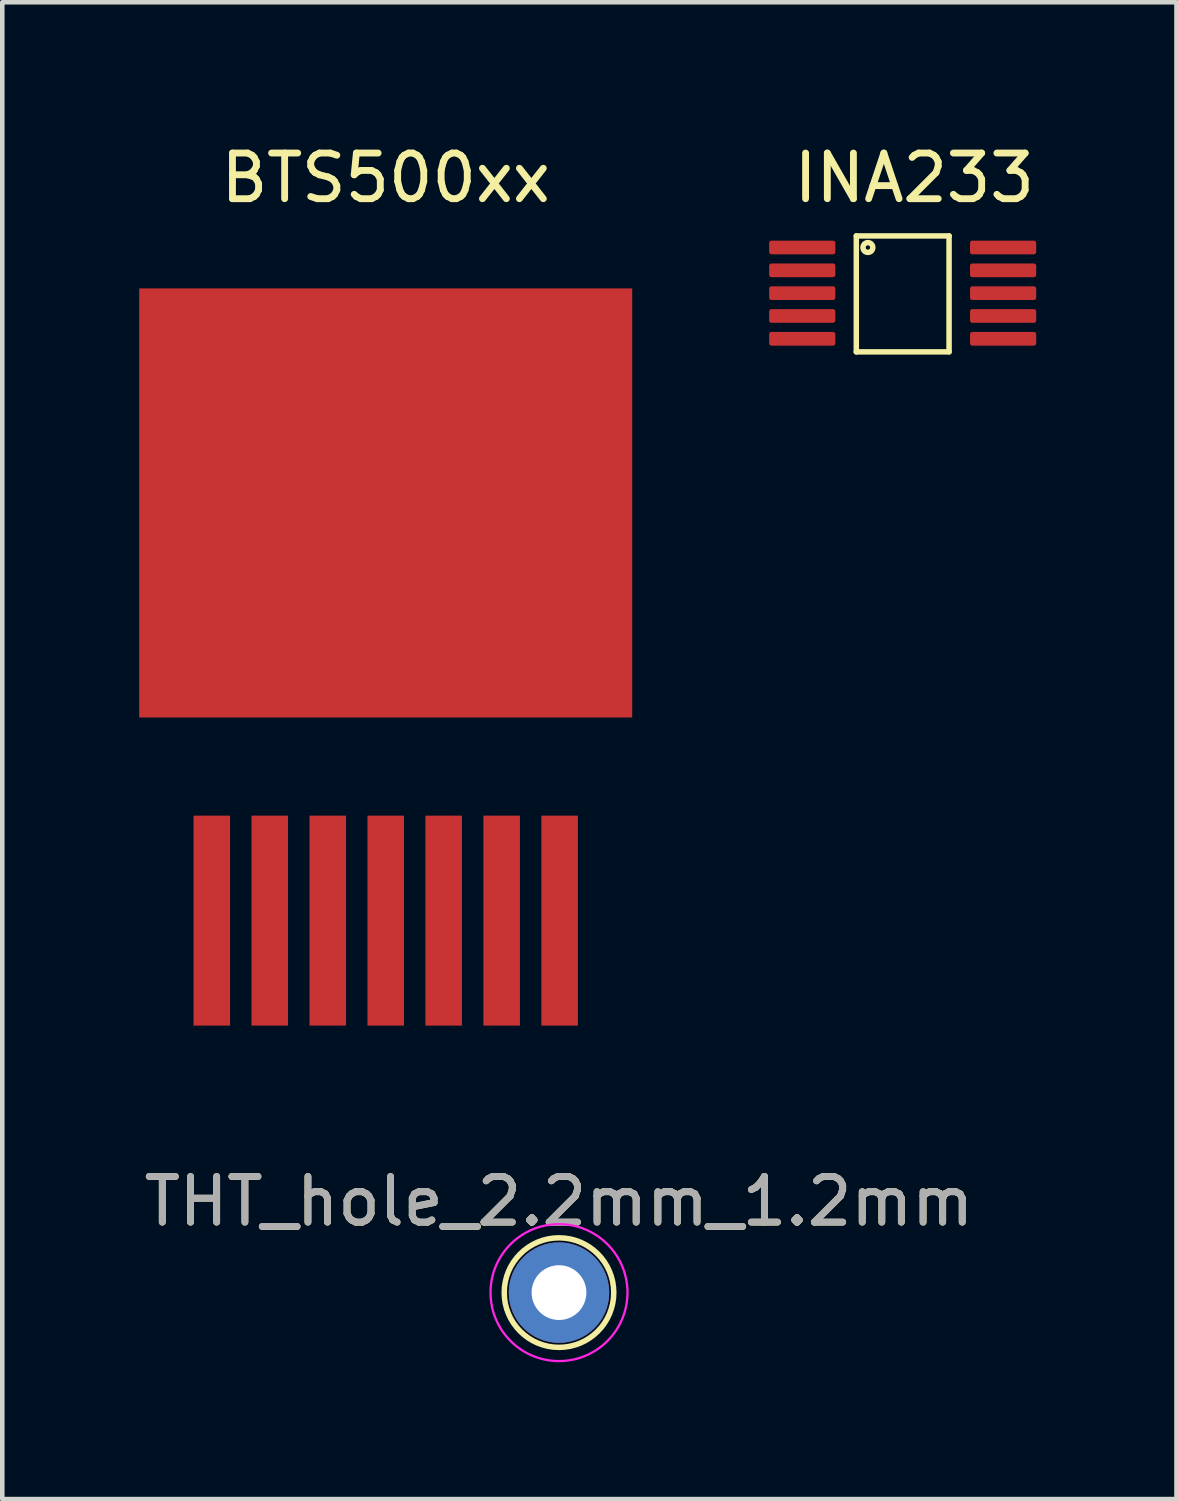
<source format=kicad_pcb>
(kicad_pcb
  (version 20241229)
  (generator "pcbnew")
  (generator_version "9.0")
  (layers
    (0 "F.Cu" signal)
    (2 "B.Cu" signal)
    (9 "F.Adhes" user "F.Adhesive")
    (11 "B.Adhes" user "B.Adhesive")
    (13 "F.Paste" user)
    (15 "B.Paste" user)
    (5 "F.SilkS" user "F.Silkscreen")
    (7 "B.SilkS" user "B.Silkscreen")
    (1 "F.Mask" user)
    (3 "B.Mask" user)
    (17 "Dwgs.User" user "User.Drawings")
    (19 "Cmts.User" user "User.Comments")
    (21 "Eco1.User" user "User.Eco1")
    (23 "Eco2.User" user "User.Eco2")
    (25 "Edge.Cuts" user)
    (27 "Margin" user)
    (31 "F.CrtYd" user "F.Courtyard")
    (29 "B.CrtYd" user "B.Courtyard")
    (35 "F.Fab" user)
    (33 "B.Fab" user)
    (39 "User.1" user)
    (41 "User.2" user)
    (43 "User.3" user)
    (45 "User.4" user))
  (footprint "BTS500xx"
    (layer "F.Cu")
    (at 5.4 14.818)
    (property "Reference" "BTS500xx" (at 0 -13.97 0) (layer "F.SilkS") (effects (font (size 1 1) (thickness 0.15))))
    (attr through_hole)
    (pad "1" smd rect (at -3.81 2.3) (size 0.8 4.6) (layers "F.Cu" "F.Mask" "F.Paste"))
    (pad "2" smd rect (at -2.54 2.3) (size 0.8 4.6) (layers "F.Cu" "F.Mask" "F.Paste"))
    (pad "3" smd rect (at -1.27 2.3) (size 0.8 4.6) (layers "F.Cu" "F.Mask" "F.Paste"))
    (pad "4" smd rect (at 0 2.3) (size 0.8 4.6) (layers "F.Cu" "F.Mask" "F.Paste"))
    (pad "5" smd rect (at 1.27 2.3) (size 0.8 4.6) (layers "F.Cu" "F.Mask" "F.Paste"))
    (pad "6" smd rect (at 2.54 2.3) (size 0.8 4.6) (layers "F.Cu" "F.Mask" "F.Paste"))
    (pad "7" smd rect (at 3.81 2.3) (size 0.8 4.6) (layers "F.Cu" "F.Mask" "F.Paste"))
    (pad "8" smd rect (at 0 -6.85) (size 10.8 9.4) (layers "F.Cu" "F.Mask" "F.Paste")))
  (footprint "INA233"
    (layer "F.Cu")
    (at 16.725 2.372)
    (property "Reference" "INA233" (at 0.254 -1.524 0) (layer "F.SilkS") (effects (font (size 1 1) (thickness 0.15))))
    (attr through_hole)
    (fp_line (start -1.016 -0.254) (end -1.016 2.286) (stroke (width 0.12) (type solid)) (layer "F.SilkS"))
    (fp_line (start -1.016 2.286) (end 1.016 2.286) (stroke (width 0.12) (type solid)) (layer "F.SilkS"))
    (fp_line (start 1.016 -0.254) (end -1.016 -0.254) (stroke (width 0.12) (type solid)) (layer "F.SilkS"))
    (fp_line (start 1.016 2.286) (end 1.016 -0.254) (stroke (width 0.12) (type solid)) (layer "F.SilkS"))
    (fp_circle (center -0.762 0) (end -0.686 0.076) (stroke (width 0.12) (type solid)) (fill no) (layer "F.SilkS"))
    (pad "1" smd roundrect (at -2.2 0 270) (size 0.3 1.45) (layers "F.Cu" "F.Mask" "F.Paste") (roundrect_rratio 0.167))
    (pad "2" smd roundrect (at -2.2 0.5 270) (size 0.3 1.45) (layers "F.Cu" "F.Mask" "F.Paste") (roundrect_rratio 0.167))
    (pad "3" smd roundrect (at -2.2 1 270) (size 0.3 1.45) (layers "F.Cu" "F.Mask" "F.Paste") (roundrect_rratio 0.167))
    (pad "4" smd roundrect (at -2.2 1.5 270) (size 0.3 1.45) (layers "F.Cu" "F.Mask" "F.Paste") (roundrect_rratio 0.167))
    (pad "5" smd roundrect (at -2.2 2 270) (size 0.3 1.45) (layers "F.Cu" "F.Mask" "F.Paste") (roundrect_rratio 0.167))
    (pad "6" smd roundrect (at 2.2 2 270) (size 0.3 1.45) (layers "F.Cu" "F.Mask" "F.Paste") (roundrect_rratio 0.167))
    (pad "7" smd roundrect (at 2.2 1.5 270) (size 0.3 1.45) (layers "F.Cu" "F.Mask" "F.Paste") (roundrect_rratio 0.167))
    (pad "8" smd roundrect (at 2.2 1 270) (size 0.3 1.45) (layers "F.Cu" "F.Mask" "F.Paste") (roundrect_rratio 0.167))
    (pad "9" smd roundrect (at 2.2 0.5 270) (size 0.3 1.45) (layers "F.Cu" "F.Mask" "F.Paste") (roundrect_rratio 0.167))
    (pad "10" smd roundrect (at 2.2 0 270) (size 0.3 1.45) (layers "F.Cu" "F.Mask" "F.Paste") (roundrect_rratio 0.167)))
  (footprint "THT_hole_2.2mm_1.2mm"
    (layer "F.Cu")
    (at 9.196 25.267)
    (property "Reference" "THT_hole_2.2mm_1.2mm" (at 0 -1.998 0) (layer "F.SilkS") (effects (font (size 1 1) (thickness 0.15))))
    (attr exclude_from_pos_files exclude_from_bom)
    (fp_circle (center 0 0) (end 0 1.2) (stroke (width 0.12) (type solid)) (fill no) (layer "F.SilkS"))
    (fp_circle (center 0 0) (end 1.5 0) (stroke (width 0.05) (type solid)) (fill no) (layer "F.CrtYd"))
    (fp_text user "${REFERENCE}" (at 0 -2 0) (layer "F.Fab") (effects (font (size 1 1) (thickness 0.15))))
    (pad "1" thru_hole circle (at 0 0) (size 2.2 2.2) (drill 1.2) (layers "*.Cu" "*.Mask")))
  (gr_rect
    (start -3 -3)
    (end 22.723 29.791)
    (stroke (width 0.1) (type default))
    (fill no)
    (layer "Edge.Cuts")))
</source>
